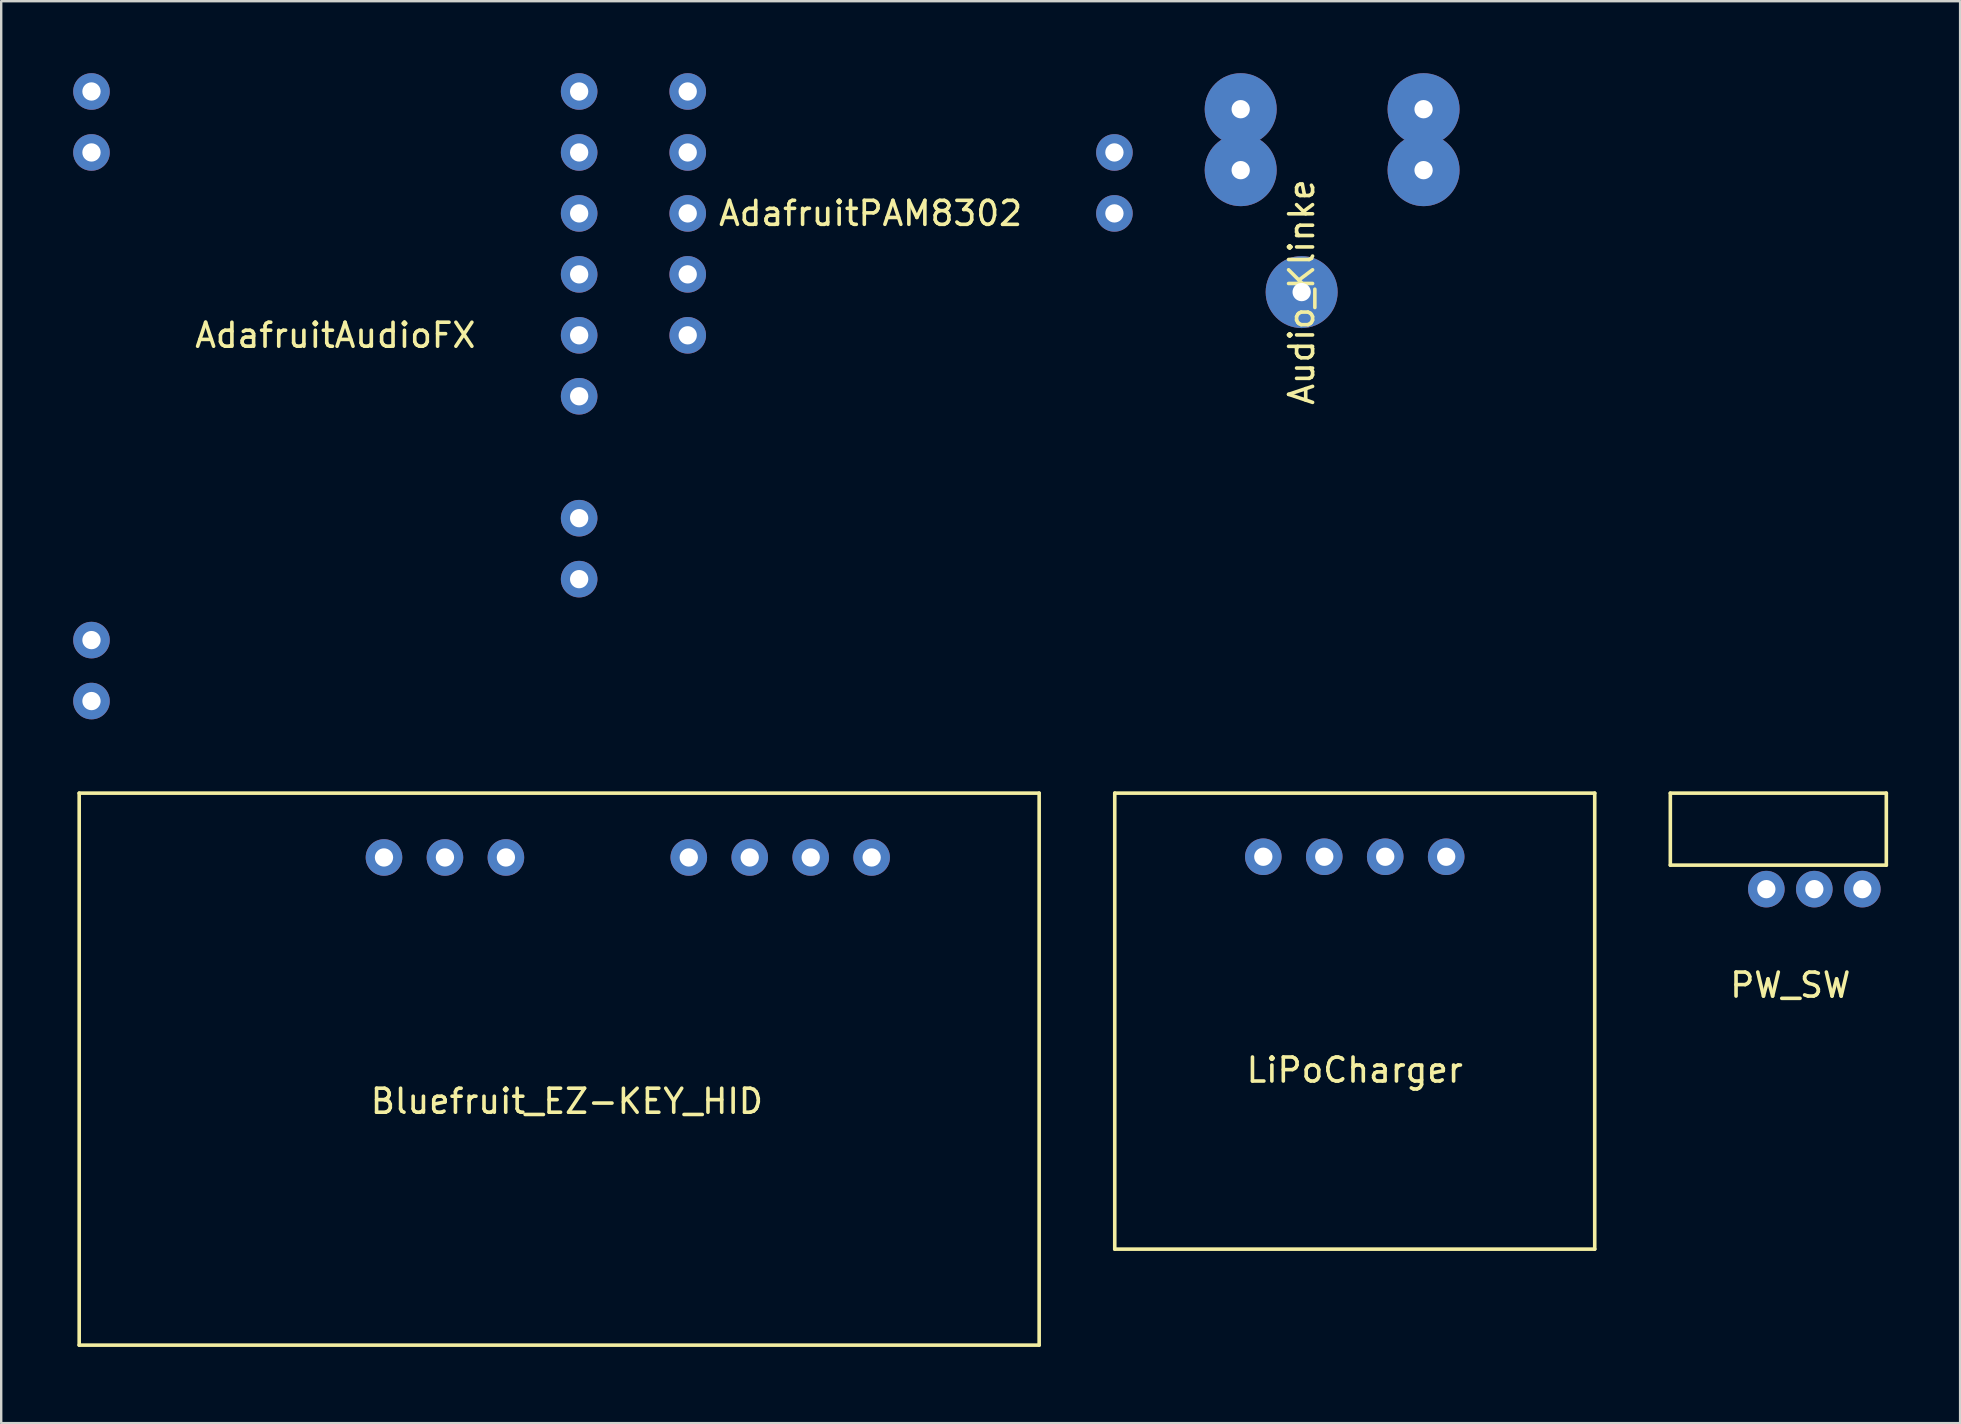
<source format=kicad_pcb>
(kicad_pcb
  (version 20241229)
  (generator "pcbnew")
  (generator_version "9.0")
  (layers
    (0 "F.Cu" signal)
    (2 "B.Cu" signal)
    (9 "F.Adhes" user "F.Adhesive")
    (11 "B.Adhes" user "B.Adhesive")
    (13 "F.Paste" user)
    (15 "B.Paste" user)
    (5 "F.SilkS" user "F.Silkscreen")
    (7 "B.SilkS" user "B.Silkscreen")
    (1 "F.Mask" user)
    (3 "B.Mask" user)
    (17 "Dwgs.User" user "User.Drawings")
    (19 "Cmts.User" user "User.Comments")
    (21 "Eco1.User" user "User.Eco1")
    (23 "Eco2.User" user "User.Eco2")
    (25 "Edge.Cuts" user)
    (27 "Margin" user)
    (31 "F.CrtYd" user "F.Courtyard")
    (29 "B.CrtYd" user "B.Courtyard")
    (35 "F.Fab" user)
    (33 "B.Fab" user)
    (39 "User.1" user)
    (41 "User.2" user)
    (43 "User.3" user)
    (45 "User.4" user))
  (footprint "Bluefruit_EZ-KEY_HID"
    (layer "F.Cu")
    (at 0.25 52.999)
    (property "Reference" "Bluefruit_EZ-KEY_HID" (at 20.32 -10.16 180) (layer "F.SilkS") (effects (font (size 1 1) (thickness 0.15))))
    (attr through_hole)
    (fp_line (start 0 -23) (end 0 0) (stroke (width 0.15) (type solid)) (layer "F.SilkS"))
    (fp_line (start 0 0) (end 40 0) (stroke (width 0.15) (type solid)) (layer "F.SilkS"))
    (fp_line (start 40 -23) (end 0 -23) (stroke (width 0.15) (type solid)) (layer "F.SilkS"))
    (fp_line (start 40 0) (end 40 -23) (stroke (width 0.15) (type solid)) (layer "F.SilkS"))
    (pad "1" thru_hole circle (at 33.02 -20.32) (size 1.524 1.524) (drill 0.762) (layers "*.Cu" "*.Mask"))
    (pad "2" thru_hole circle (at 30.48 -20.32) (size 1.524 1.524) (drill 0.762) (layers "*.Cu" "*.Mask"))
    (pad "3" thru_hole circle (at 27.94 -20.32) (size 1.524 1.524) (drill 0.762) (layers "*.Cu" "*.Mask"))
    (pad "4" thru_hole circle (at 25.4 -20.32) (size 1.524 1.524) (drill 0.762) (layers "*.Cu" "*.Mask"))
    (pad "7" thru_hole circle (at 17.78 -20.32) (size 1.524 1.524) (drill 0.762) (layers "*.Cu" "*.Mask"))
    (pad "8" thru_hole circle (at 15.24 -20.32) (size 1.524 1.524) (drill 0.762) (layers "*.Cu" "*.Mask"))
    (pad "9" thru_hole circle (at 12.7 -20.32) (size 1.524 1.524) (drill 0.762) (layers "*.Cu" "*.Mask")))
  (footprint "Audio_Klinke"
    (layer "F.Cu")
    (at 51.188 4.04)
    (property "Reference" "Audio_Klinke" (at 0 5.08 90) (layer "F.SilkS") (effects (font (size 1 1) (thickness 0.15))))
    (attr through_hole)
    (pad "" thru_hole circle (at 5.08 0) (size 3 3) (drill 0.762) (layers "*.Cu" "*.Mask"))
    (pad "1" thru_hole circle (at 0 5.08) (size 3 3) (drill 0.762) (layers "*.Cu" "*.Mask"))
    (pad "2" thru_hole circle (at -2.54 -2.54) (size 3 3) (drill 0.762) (layers "*.Cu" "*.Mask"))
    (pad "3" thru_hole circle (at 5.08 -2.54) (size 3 3) (drill 0.762) (layers "*.Cu" "*.Mask"))
    (pad "4" thru_hole circle (at -2.54 0) (size 3 3) (drill 0.762) (layers "*.Cu" "*.Mask")))
  (footprint "PW_SW"
    (layer "F.Cu")
    (at 71.55 32.999)
    (property "Reference" "PW_SW" (at 0 5 0) (layer "F.SilkS") (effects (font (size 1 1) (thickness 0.15))))
    (attr through_hole)
    (fp_line (start -5 -3) (end 4 -3) (stroke (width 0.15) (type solid)) (layer "F.SilkS"))
    (fp_line (start -5 0) (end -5 -3) (stroke (width 0.15) (type solid)) (layer "F.SilkS"))
    (fp_line (start 4 -3) (end 4 0) (stroke (width 0.15) (type solid)) (layer "F.SilkS"))
    (fp_line (start 4 0) (end -5 0) (stroke (width 0.15) (type solid)) (layer "F.SilkS"))
    (pad "1" thru_hole circle (at -1 1) (size 1.524 1.524) (drill 0.762) (layers "*.Cu" "*.Mask"))
    (pad "2" thru_hole circle (at 1 1) (size 1.524 1.524) (drill 0.762) (layers "*.Cu" "*.Mask"))
    (pad "3" thru_hole circle (at 3 1) (size 1.524 1.524) (drill 0.762) (layers "*.Cu" "*.Mask")))
  (footprint "AdafruitPAM8302"
    (layer "F.Cu")
    (at 33.226 4.572)
    (property "Reference" "AdafruitPAM8302" (at 0 1.27 0) (layer "F.SilkS") (effects (font (size 1 1) (thickness 0.15))))
    (attr through_hole)
    (pad "1" thru_hole circle (at -7.62 -3.81) (size 1.524 1.524) (drill 0.762) (layers "*.Cu" "*.Mask"))
    (pad "2" thru_hole circle (at -7.62 -1.27) (size 1.524 1.524) (drill 0.762) (layers "*.Cu" "*.Mask"))
    (pad "3" thru_hole circle (at -7.62 1.27) (size 1.524 1.524) (drill 0.762) (layers "*.Cu" "*.Mask"))
    (pad "4" thru_hole circle (at -7.62 3.81) (size 1.524 1.524) (drill 0.762) (layers "*.Cu" "*.Mask"))
    (pad "5" thru_hole circle (at -7.62 6.35) (size 1.524 1.524) (drill 0.762) (layers "*.Cu" "*.Mask"))
    (pad "6" thru_hole circle (at 10.16 -1.27) (size 1.524 1.524) (drill 0.762) (layers "*.Cu" "*.Mask"))
    (pad "7" thru_hole circle (at 10.16 1.27) (size 1.524 1.524) (drill 0.762) (layers "*.Cu" "*.Mask")))
  (footprint "LiPoCharger"
    (layer "F.Cu")
    (at 53.4 38.999)
    (property "Reference" "LiPoCharger" (at 0 2.54 0) (layer "F.SilkS") (effects (font (size 1 1) (thickness 0.15))))
    (attr through_hole)
    (fp_line (start -10 -9) (end -10 10) (stroke (width 0.15) (type solid)) (layer "F.SilkS"))
    (fp_line (start -10 10) (end 10 10) (stroke (width 0.15) (type solid)) (layer "F.SilkS"))
    (fp_line (start 10 -9) (end -10 -9) (stroke (width 0.15) (type solid)) (layer "F.SilkS"))
    (fp_line (start 10 10) (end 10 -9) (stroke (width 0.15) (type solid)) (layer "F.SilkS"))
    (pad "1" thru_hole circle (at -3.81 -6.35) (size 1.524 1.524) (drill 0.762) (layers "*.Cu" "*.Mask"))
    (pad "2" thru_hole circle (at -1.27 -6.35) (size 1.524 1.524) (drill 0.762) (layers "*.Cu" "*.Mask"))
    (pad "3" thru_hole circle (at 1.27 -6.35) (size 1.524 1.524) (drill 0.762) (layers "*.Cu" "*.Mask"))
    (pad "4" thru_hole circle (at 3.81 -6.35) (size 1.524 1.524) (drill 0.762) (layers "*.Cu" "*.Mask")))
  (footprint "AdafruitAudioFX"
    (layer "F.Cu")
    (at 10.922 8.382)
    (property "Reference" "AdafruitAudioFX" (at 0 2.54 0) (layer "F.SilkS") (effects (font (size 1 1) (thickness 0.15))))
    (attr through_hole)
    (pad "" thru_hole circle (at -10.16 -5.08) (size 1.524 1.524) (drill 0.762) (layers "*.Cu" "*.Mask"))
    (pad "" thru_hole circle (at -10.16 15.24) (size 1.524 1.524) (drill 0.762) (layers "*.Cu" "*.Mask"))
    (pad "" thru_hole circle (at -10.16 17.78) (size 1.524 1.524) (drill 0.762) (layers "*.Cu" "*.Mask"))
    (pad "1" thru_hole circle (at -10.16 -7.62) (size 1.524 1.524) (drill 0.762) (layers "*.Cu" "*.Mask"))
    (pad "14" thru_hole circle (at 10.16 12.7) (size 1.524 1.524) (drill 0.762) (layers "*.Cu" "*.Mask"))
    (pad "15" thru_hole circle (at 10.16 10.16) (size 1.524 1.524) (drill 0.762) (layers "*.Cu" "*.Mask"))
    (pad "17" thru_hole circle (at 10.16 5.08) (size 1.524 1.524) (drill 0.762) (layers "*.Cu" "*.Mask"))
    (pad "18" thru_hole circle (at 10.16 2.54) (size 1.524 1.524) (drill 0.762) (layers "*.Cu" "*.Mask"))
    (pad "19" thru_hole circle (at 10.16 0) (size 1.524 1.524) (drill 0.762) (layers "*.Cu" "*.Mask"))
    (pad "20" thru_hole circle (at 10.16 -2.54) (size 1.524 1.524) (drill 0.762) (layers "*.Cu" "*.Mask"))
    (pad "21" thru_hole circle (at 10.16 -5.08) (size 1.524 1.524) (drill 0.762) (layers "*.Cu" "*.Mask"))
    (pad "22" thru_hole circle (at 10.16 -7.62) (size 1.524 1.524) (drill 0.762) (layers "*.Cu" "*.Mask")))
  (gr_rect
    (start -3 -3)
    (end 78.625 56.249)
    (stroke (width 0.1) (type default))
    (fill no)
    (layer "Edge.Cuts")))
</source>
